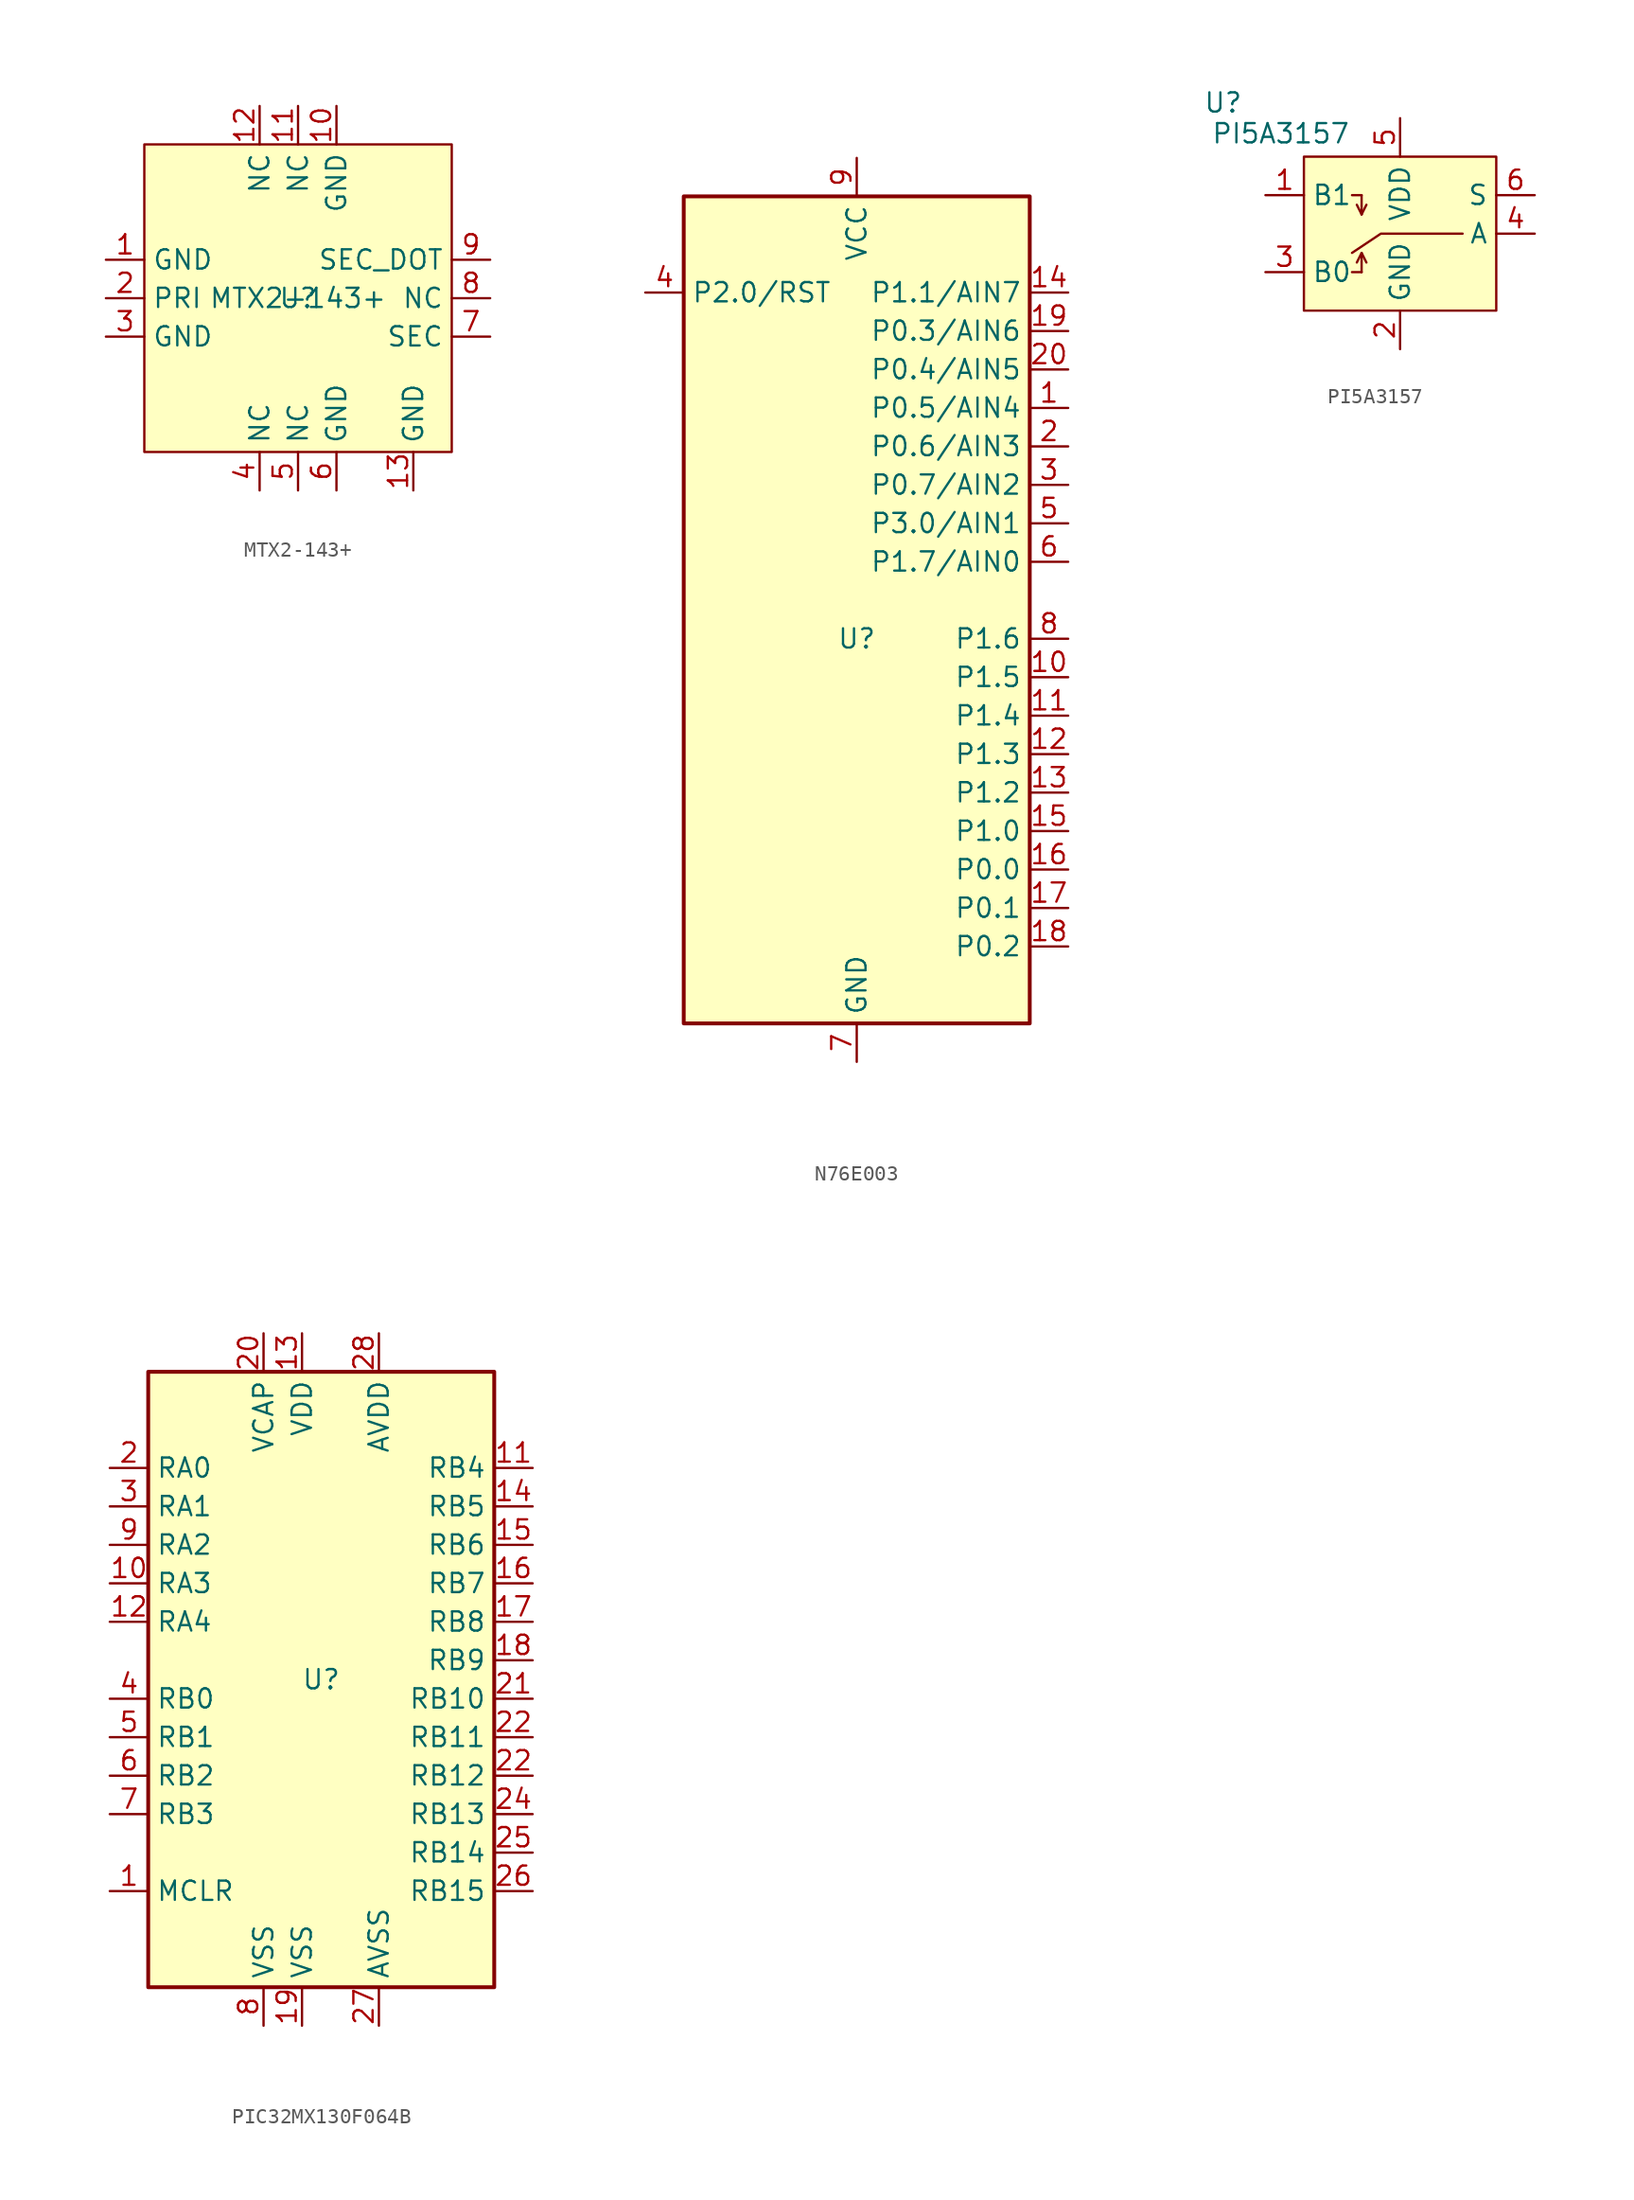
<source format=kicad_sym>
(kicad_symbol_lib
  (version 20241209)
  (generator "kicad_symbol_editor")
  (generator_version "9.0")
  (symbol "MTX2-143+"
    (property "Reference" "U"
      (at 0 0 0)
      (effects (font (size 1.27 1.27))))
    (property "Value" "MTX2-143+"
      (at 0 0 0)
      (effects (font (size 1.27 1.27))))
    (symbol "MTX2-143+_1_1"
      (rectangle (start -10.16 10.16) (end 10.16 -10.16) (stroke (width 0) (type default)) (fill (type background)))
      (pin passive line (at -12.7 2.54 0) (length 2.54) (name "GND" (effects (font (size 1.27 1.27)))) (number "1" (effects (font (size 1.27 1.27)))))
      (pin passive line (at -12.7 0 0) (length 2.54) (name "PRI" (effects (font (size 1.27 1.27)))) (number "2" (effects (font (size 1.27 1.27)))))
      (pin passive line (at -12.7 -2.54 0) (length 2.54) (name "GND" (effects (font (size 1.27 1.27)))) (number "3" (effects (font (size 1.27 1.27)))))
      (pin passive line (at -2.54 12.7 270) (length 2.54) (name "NC" (effects (font (size 1.27 1.27)))) (number "12" (effects (font (size 1.27 1.27)))))
      (pin passive line (at -2.54 -12.7 90) (length 2.54) (name "NC" (effects (font (size 1.27 1.27)))) (number "4" (effects (font (size 1.27 1.27)))))
      (pin passive line (at 0 12.7 270) (length 2.54) (name "NC" (effects (font (size 1.27 1.27)))) (number "11" (effects (font (size 1.27 1.27)))))
      (pin passive line (at 0 -12.7 90) (length 2.54) (name "NC" (effects (font (size 1.27 1.27)))) (number "5" (effects (font (size 1.27 1.27)))))
      (pin passive line (at 2.54 12.7 270) (length 2.54) (name "GND" (effects (font (size 1.27 1.27)))) (number "10" (effects (font (size 1.27 1.27)))))
      (pin passive line (at 2.54 -12.7 90) (length 2.54) (name "GND" (effects (font (size 1.27 1.27)))) (number "6" (effects (font (size 1.27 1.27)))))
      (pin passive line (at 7.62 -12.7 90) (length 2.54) (name "GND" (effects (font (size 1.27 1.27)))) (number "13" (effects (font (size 1.27 1.27)))))
      (pin passive line (at 12.7 2.54 180) (length 2.54) (name "SEC_DOT" (effects (font (size 1.27 1.27)))) (number "9" (effects (font (size 1.27 1.27)))))
      (pin passive line (at 12.7 0 180) (length 2.54) (name "NC" (effects (font (size 1.27 1.27)))) (number "8" (effects (font (size 1.27 1.27)))))
      (pin passive line (at 12.7 -2.54 180) (length 2.54) (name "SEC" (effects (font (size 1.27 1.27)))) (number "7" (effects (font (size 1.27 1.27)))))))
  (symbol "N76E003"
    (property "Reference" "U"
      (at 0 0 0)
      (effects (font (size 1.27 1.27))))
    (property "Value" ""
      (at 0 0 0)
      (effects (font (size 1.27 1.27))))
    (symbol "N76E003_1_1"
      (rectangle (start -11.43 29.21) (end 11.43 -25.4) (stroke (width 0.254) (type default)) (fill (type background)))
      (pin bidirectional line (at -13.97 22.86 0) (length 2.54) (name "P2.0/RST" (effects (font (size 1.27 1.27)))) (number "4" (effects (font (size 1.27 1.27)))))
      (pin power_in line (at 0 31.75 270) (length 2.54) (name "VCC" (effects (font (size 1.27 1.27)))) (number "9" (effects (font (size 1.27 1.27)))))
      (pin power_in line (at 0 -27.94 90) (length 2.54) (name "GND" (effects (font (size 1.27 1.27)))) (number "7" (effects (font (size 1.27 1.27)))))
      (pin bidirectional line (at 13.97 22.86 180) (length 2.54) (name "P1.1/AIN7" (effects (font (size 1.27 1.27)))) (number "14" (effects (font (size 1.27 1.27)))))
      (pin bidirectional line (at 13.97 20.32 180) (length 2.54) (name "P0.3/AIN6" (effects (font (size 1.27 1.27)))) (number "19" (effects (font (size 1.27 1.27)))))
      (pin bidirectional line (at 13.97 17.78 180) (length 2.54) (name "P0.4/AIN5" (effects (font (size 1.27 1.27)))) (number "20" (effects (font (size 1.27 1.27)))))
      (pin bidirectional line (at 13.97 15.24 180) (length 2.54) (name "P0.5/AIN4" (effects (font (size 1.27 1.27)))) (number "1" (effects (font (size 1.27 1.27)))))
      (pin bidirectional line (at 13.97 12.7 180) (length 2.54) (name "P0.6/AIN3" (effects (font (size 1.27 1.27)))) (number "2" (effects (font (size 1.27 1.27)))))
      (pin bidirectional line (at 13.97 10.16 180) (length 2.54) (name "P0.7/AIN2" (effects (font (size 1.27 1.27)))) (number "3" (effects (font (size 1.27 1.27)))))
      (pin bidirectional line (at 13.97 7.62 180) (length 2.54) (name "P3.0/AIN1" (effects (font (size 1.27 1.27)))) (number "5" (effects (font (size 1.27 1.27)))))
      (pin bidirectional line (at 13.97 5.08 180) (length 2.54) (name "P1.7/AIN0" (effects (font (size 1.27 1.27)))) (number "6" (effects (font (size 1.27 1.27)))))
      (pin bidirectional line (at 13.97 0 180) (length 2.54) (name "P1.6" (effects (font (size 1.27 1.27)))) (number "8" (effects (font (size 1.27 1.27)))))
      (pin bidirectional line (at 13.97 -2.54 180) (length 2.54) (name "P1.5" (effects (font (size 1.27 1.27)))) (number "10" (effects (font (size 1.27 1.27)))))
      (pin bidirectional line (at 13.97 -5.08 180) (length 2.54) (name "P1.4" (effects (font (size 1.27 1.27)))) (number "11" (effects (font (size 1.27 1.27)))))
      (pin bidirectional line (at 13.97 -7.62 180) (length 2.54) (name "P1.3" (effects (font (size 1.27 1.27)))) (number "12" (effects (font (size 1.27 1.27)))))
      (pin bidirectional line (at 13.97 -10.16 180) (length 2.54) (name "P1.2" (effects (font (size 1.27 1.27)))) (number "13" (effects (font (size 1.27 1.27)))))
      (pin bidirectional line (at 13.97 -12.7 180) (length 2.54) (name "P1.0" (effects (font (size 1.27 1.27)))) (number "15" (effects (font (size 1.27 1.27)))))
      (pin bidirectional line (at 13.97 -15.24 180) (length 2.54) (name "P0.0" (effects (font (size 1.27 1.27)))) (number "16" (effects (font (size 1.27 1.27)))))
      (pin bidirectional line (at 13.97 -17.78 180) (length 2.54) (name "P0.1" (effects (font (size 1.27 1.27)))) (number "17" (effects (font (size 1.27 1.27)))))
      (pin bidirectional line (at 13.97 -20.32 180) (length 2.54) (name "P0.2" (effects (font (size 1.27 1.27)))) (number "18" (effects (font (size 1.27 1.27)))))))
  (symbol "PI5A3157"
    (property "Reference" "U"
      (at -11.684 8.636 0)
      (effects (font (size 1.27 1.27))))
    (property "Value" "PI5A3157"
      (at -7.874 6.604 0)
      (effects (font (size 1.27 1.27))))
    (symbol "PI5A3157_0_1"
      (polyline (pts (xy -2.857 -1.905) (xy -2.54 -1.27) (xy -2.223 -1.905)) (stroke (width 0) (type default)) (fill (type none)))
      (polyline (pts (xy -2.54 2.54) (xy -3.175 2.54)) (stroke (width 0) (type default)) (fill (type none)))
      (polyline (pts (xy -2.54 2.54) (xy -2.54 1.27)) (stroke (width 0) (type default)) (fill (type none)))
      (polyline (pts (xy -2.54 1.27) (xy -2.857 1.905)) (stroke (width 0) (type default)) (fill (type none)))
      (polyline (pts (xy -2.54 1.27) (xy -2.223 1.905)) (stroke (width 0) (type default)) (fill (type none)))
      (polyline (pts (xy -2.54 -1.27) (xy -2.54 -2.54)) (stroke (width 0) (type default)) (fill (type none)))
      (polyline (pts (xy -2.54 -2.54) (xy -3.175 -2.54)) (stroke (width 0) (type default)) (fill (type none)))
      (polyline (pts (xy 4.128 0) (xy -1.27 0) (xy -3.175 -1.27)) (stroke (width 0) (type default)) (fill (type none))))
    (symbol "PI5A3157_1_1"
      (rectangle (start -6.35 5.08) (end 6.35 -5.08) (stroke (width 0) (type default)) (fill (type background)))
      (pin passive line (at -8.89 2.54 0) (length 2.54) (name "B1" (effects (font (size 1.27 1.27)))) (number "1" (effects (font (size 1.27 1.27)))))
      (pin passive line (at -8.89 -2.54 0) (length 2.54) (name "B0" (effects (font (size 1.27 1.27)))) (number "3" (effects (font (size 1.27 1.27)))))
      (pin power_in line (at 0 7.62 270) (length 2.54) (name "VDD" (effects (font (size 1.27 1.27)))) (number "5" (effects (font (size 1.27 1.27)))))
      (pin power_in line (at 0 -7.62 90) (length 2.54) (name "GND" (effects (font (size 1.27 1.27)))) (number "2" (effects (font (size 1.27 1.27)))))
      (pin input line (at 8.89 2.54 180) (length 2.54) (name "S" (effects (font (size 1.27 1.27)))) (number "6" (effects (font (size 1.27 1.27)))))
      (pin passive line (at 8.89 0 180) (length 2.54) (name "A" (effects (font (size 1.27 1.27)))) (number "4" (effects (font (size 1.27 1.27)))))))
  (symbol "PIC32MX130F064B"
    (property "Reference" "U"
      (at 0 0 0)
      (effects (font (size 1.27 1.27))))
    (property "Value" ""
      (at 0 0 0)
      (effects (font (size 1.27 1.27))))
    (symbol "PIC32MX130F064B_1_1"
      (rectangle (start -11.43 20.32) (end 11.43 -20.32) (stroke (width 0.254) (type default)) (fill (type background)))
      (pin passive line (at -13.97 13.97 0) (length 2.54) (name "RA0" (effects (font (size 1.27 1.27)))) (number "2" (effects (font (size 1.27 1.27)))))
      (pin passive line (at -13.97 11.43 0) (length 2.54) (name "RA1" (effects (font (size 1.27 1.27)))) (number "3" (effects (font (size 1.27 1.27)))))
      (pin passive line (at -13.97 8.89 0) (length 2.54) (name "RA2" (effects (font (size 1.27 1.27)))) (number "9" (effects (font (size 1.27 1.27)))))
      (pin passive line (at -13.97 6.35 0) (length 2.54) (name "RA3" (effects (font (size 1.27 1.27)))) (number "10" (effects (font (size 1.27 1.27)))))
      (pin passive line (at -13.97 3.81 0) (length 2.54) (name "RA4" (effects (font (size 1.27 1.27)))) (number "12" (effects (font (size 1.27 1.27)))))
      (pin passive line (at -13.97 -1.27 0) (length 2.54) (name "RB0" (effects (font (size 1.27 1.27)))) (number "4" (effects (font (size 1.27 1.27)))))
      (pin passive line (at -13.97 -3.81 0) (length 2.54) (name "RB1" (effects (font (size 1.27 1.27)))) (number "5" (effects (font (size 1.27 1.27)))))
      (pin passive line (at -13.97 -6.35 0) (length 2.54) (name "RB2" (effects (font (size 1.27 1.27)))) (number "6" (effects (font (size 1.27 1.27)))))
      (pin passive line (at -13.97 -8.89 0) (length 2.54) (name "RB3" (effects (font (size 1.27 1.27)))) (number "7" (effects (font (size 1.27 1.27)))))
      (pin passive line (at -13.97 -13.97 0) (length 2.54) (name "MCLR" (effects (font (size 1.27 1.27)))) (number "1" (effects (font (size 1.27 1.27)))))
      (pin passive line (at -3.81 22.86 270) (length 2.54) (name "VCAP" (effects (font (size 1.27 1.27)))) (number "20" (effects (font (size 1.27 1.27)))))
      (pin passive line (at -3.81 -22.86 90) (length 2.54) (name "VSS" (effects (font (size 1.27 1.27)))) (number "8" (effects (font (size 1.27 1.27)))))
      (pin passive line (at -1.27 22.86 270) (length 2.54) (name "VDD" (effects (font (size 1.27 1.27)))) (number "13" (effects (font (size 1.27 1.27)))))
      (pin passive line (at -1.27 -22.86 90) (length 2.54) (name "VSS" (effects (font (size 1.27 1.27)))) (number "19" (effects (font (size 1.27 1.27)))))
      (pin passive line (at 3.81 22.86 270) (length 2.54) (name "AVDD" (effects (font (size 1.27 1.27)))) (number "28" (effects (font (size 1.27 1.27)))))
      (pin passive line (at 3.81 -22.86 90) (length 2.54) (name "AVSS" (effects (font (size 1.27 1.27)))) (number "27" (effects (font (size 1.27 1.27)))))
      (pin passive line (at 13.97 13.97 180) (length 2.54) (name "RB4" (effects (font (size 1.27 1.27)))) (number "11" (effects (font (size 1.27 1.27)))))
      (pin passive line (at 13.97 11.43 180) (length 2.54) (name "RB5" (effects (font (size 1.27 1.27)))) (number "14" (effects (font (size 1.27 1.27)))))
      (pin passive line (at 13.97 8.89 180) (length 2.54) (name "RB6" (effects (font (size 1.27 1.27)))) (number "15" (effects (font (size 1.27 1.27)))))
      (pin passive line (at 13.97 6.35 180) (length 2.54) (name "RB7" (effects (font (size 1.27 1.27)))) (number "16" (effects (font (size 1.27 1.27)))))
      (pin passive line (at 13.97 3.81 180) (length 2.54) (name "RB8" (effects (font (size 1.27 1.27)))) (number "17" (effects (font (size 1.27 1.27)))))
      (pin passive line (at 13.97 1.27 180) (length 2.54) (name "RB9" (effects (font (size 1.27 1.27)))) (number "18" (effects (font (size 1.27 1.27)))))
      (pin passive line (at 13.97 -1.27 180) (length 2.54) (name "RB10" (effects (font (size 1.27 1.27)))) (number "21" (effects (font (size 1.27 1.27)))))
      (pin passive line (at 13.97 -3.81 180) (length 2.54) (name "RB11" (effects (font (size 1.27 1.27)))) (number "22" (effects (font (size 1.27 1.27)))))
      (pin passive line (at 13.97 -6.35 180) (length 2.54) (name "RB12" (effects (font (size 1.27 1.27)))) (number "22" (effects (font (size 1.27 1.27)))))
      (pin passive line (at 13.97 -8.89 180) (length 2.54) (name "RB13" (effects (font (size 1.27 1.27)))) (number "24" (effects (font (size 1.27 1.27)))))
      (pin passive line (at 13.97 -11.43 180) (length 2.54) (name "RB14" (effects (font (size 1.27 1.27)))) (number "25" (effects (font (size 1.27 1.27)))))
      (pin passive line (at 13.97 -13.97 180) (length 2.54) (name "RB15" (effects (font (size 1.27 1.27)))) (number "26" (effects (font (size 1.27 1.27))))))))
</source>
